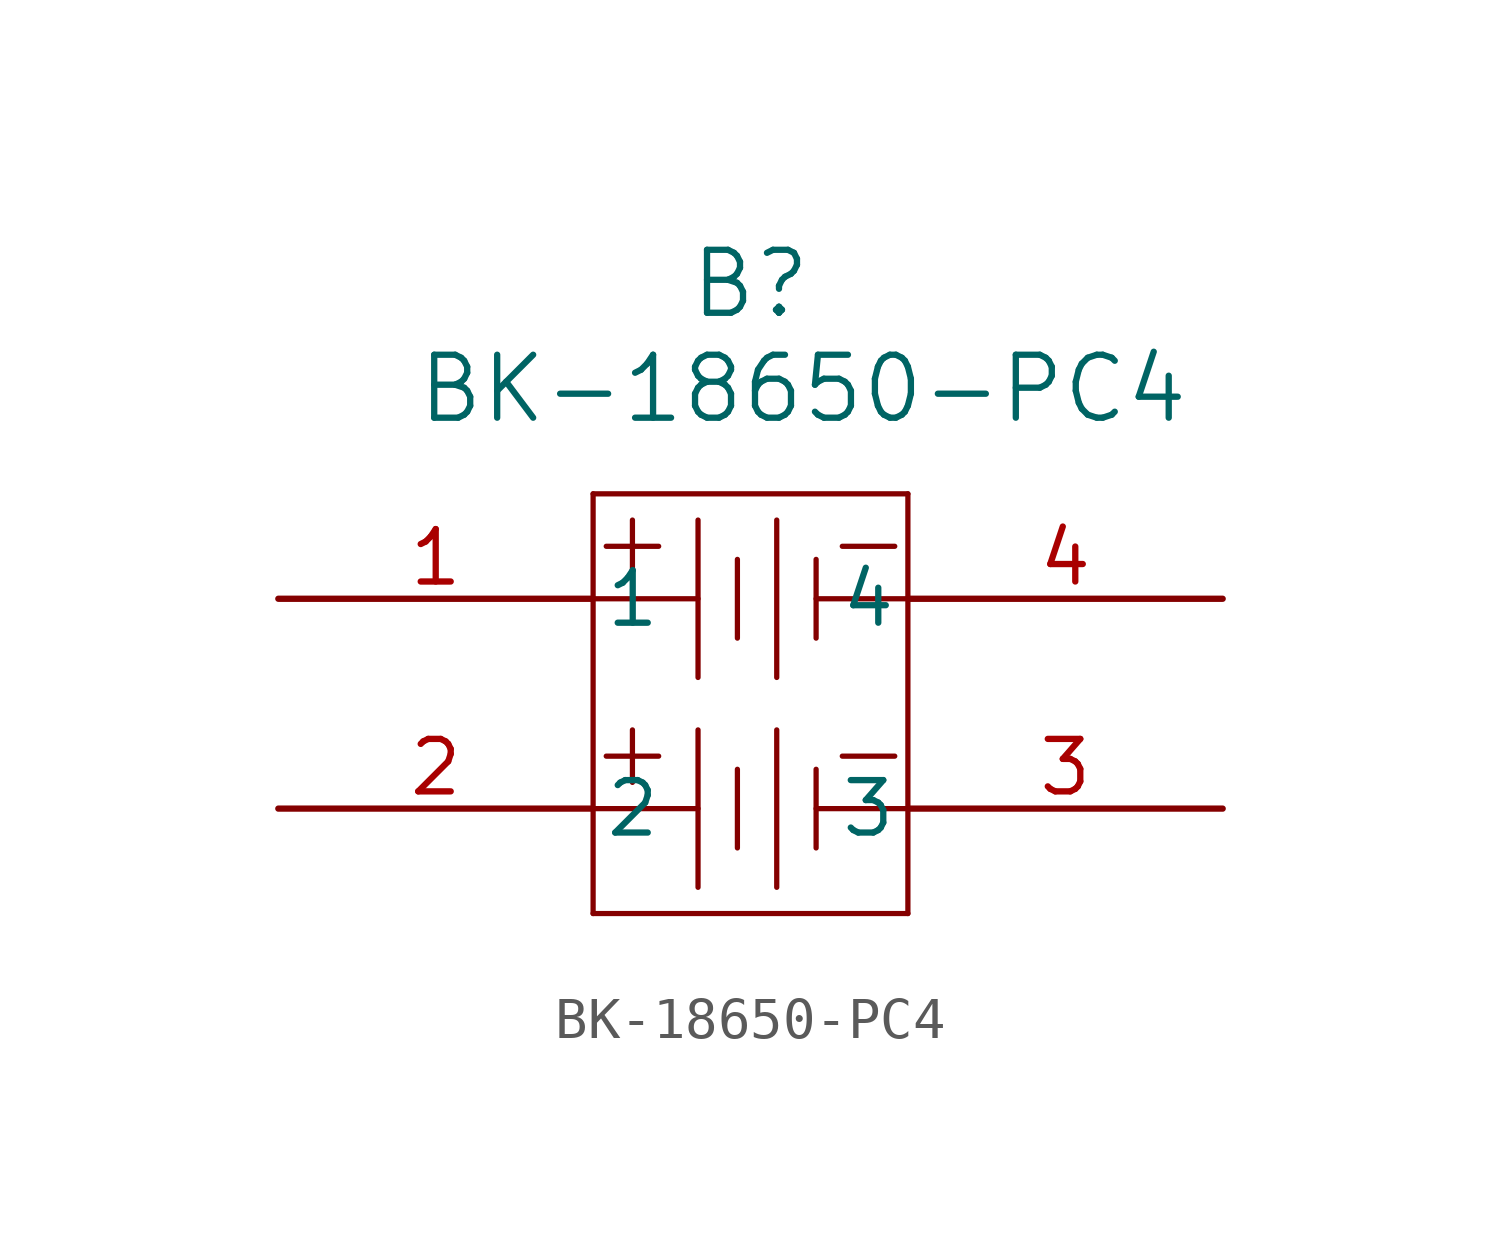
<source format=kicad_sym>
(kicad_symbol_lib
  (version 20211014)
  (generator kicad_symbol_editor)
  (symbol "BK-18650-PC4"
    (pin_names
      (offset 0.254))
    (property "Reference" "B"
      (at 11.43 7.62 0)
      (effects (font (size 1.524 1.524))))
    (property "Value" "BK-18650-PC4"
      (at 12.7 5.08 0)
      (effects (font (size 1.524 1.524))))
    (symbol "BK-18650-PC4_0_1"
      (polyline (pts (xy 7.62 2.54) (xy 7.62 -7.62)) (stroke (width 0.127) (type default) (color 0 0 0 0)) (fill (type none)))
      (polyline (pts (xy 7.62 -7.62) (xy 15.24 -7.62)) (stroke (width 0.127) (type default) (color 0 0 0 0)) (fill (type none)))
      (polyline (pts (xy 15.24 -7.62) (xy 15.24 2.54)) (stroke (width 0.127) (type default) (color 0 0 0 0)) (fill (type none)))
      (polyline (pts (xy 15.24 2.54) (xy 7.62 2.54)) (stroke (width 0.127) (type default) (color 0 0 0 0)) (fill (type none)))
      (polyline (pts (xy 8.572 0.635) (xy 8.572 1.905)) (stroke (width 0.127) (type default) (color 0 0 0 0)) (fill (type none)))
      (polyline (pts (xy 13.018 0) (xy 15.24 0)) (stroke (width 0.127) (type default) (color 0 0 0 0)) (fill (type none)))
      (polyline (pts (xy 10.16 -1.905) (xy 10.16 1.905)) (stroke (width 0.127) (type default) (color 0 0 0 0)) (fill (type none)))
      (polyline (pts (xy 7.938 1.27) (xy 9.207 1.27)) (stroke (width 0.127) (type default) (color 0 0 0 0)) (fill (type none)))
      (polyline (pts (xy 7.62 0) (xy 10.16 0)) (stroke (width 0.127) (type default) (color 0 0 0 0)) (fill (type none)))
      (polyline (pts (xy 12.065 -1.905) (xy 12.065 1.905)) (stroke (width 0.127) (type default) (color 0 0 0 0)) (fill (type none)))
      (polyline (pts (xy 13.018 0.953) (xy 13.018 -0.953)) (stroke (width 0.127) (type default) (color 0 0 0 0)) (fill (type none)))
      (polyline (pts (xy 11.113 0.953) (xy 11.113 -0.953)) (stroke (width 0.127) (type default) (color 0 0 0 0)) (fill (type none)))
      (polyline (pts (xy 13.652 1.27) (xy 14.922 1.27)) (stroke (width 0.127) (type default) (color 0 0 0 0)) (fill (type none)))
      (polyline (pts (xy 8.572 -4.445) (xy 8.572 -3.175)) (stroke (width 0.127) (type default) (color 0 0 0 0)) (fill (type none)))
      (polyline (pts (xy 13.018 -5.08) (xy 15.24 -5.08)) (stroke (width 0.127) (type default) (color 0 0 0 0)) (fill (type none)))
      (polyline (pts (xy 10.16 -6.985) (xy 10.16 -3.175)) (stroke (width 0.127) (type default) (color 0 0 0 0)) (fill (type none)))
      (polyline (pts (xy 7.938 -3.81) (xy 9.207 -3.81)) (stroke (width 0.127) (type default) (color 0 0 0 0)) (fill (type none)))
      (polyline (pts (xy 7.62 -5.08) (xy 10.16 -5.08)) (stroke (width 0.127) (type default) (color 0 0 0 0)) (fill (type none)))
      (polyline (pts (xy 12.065 -6.985) (xy 12.065 -3.175)) (stroke (width 0.127) (type default) (color 0 0 0 0)) (fill (type none)))
      (polyline (pts (xy 13.018 -4.128) (xy 13.018 -6.032)) (stroke (width 0.127) (type default) (color 0 0 0 0)) (fill (type none)))
      (polyline (pts (xy 11.113 -4.128) (xy 11.113 -6.032)) (stroke (width 0.127) (type default) (color 0 0 0 0)) (fill (type none)))
      (polyline (pts (xy 13.652 -3.81) (xy 14.922 -3.81)) (stroke (width 0.127) (type default) (color 0 0 0 0)) (fill (type none)))
      (pin unspecified line (at 0 0 0) (length 7.62) (name "1" (effects (font (size 1.27 1.27)))) (number "1" (effects (font (size 1.27 1.27)))))
      (pin unspecified line (at 0 -5.08 0) (length 7.62) (name "2" (effects (font (size 1.27 1.27)))) (number "2" (effects (font (size 1.27 1.27)))))
      (pin unspecified line (at 22.86 -5.08 180) (length 7.62) (name "3" (effects (font (size 1.27 1.27)))) (number "3" (effects (font (size 1.27 1.27)))))
      (pin unspecified line (at 22.86 0 180) (length 7.62) (name "4" (effects (font (size 1.27 1.27)))) (number "4" (effects (font (size 1.27 1.27))))))))
</source>
